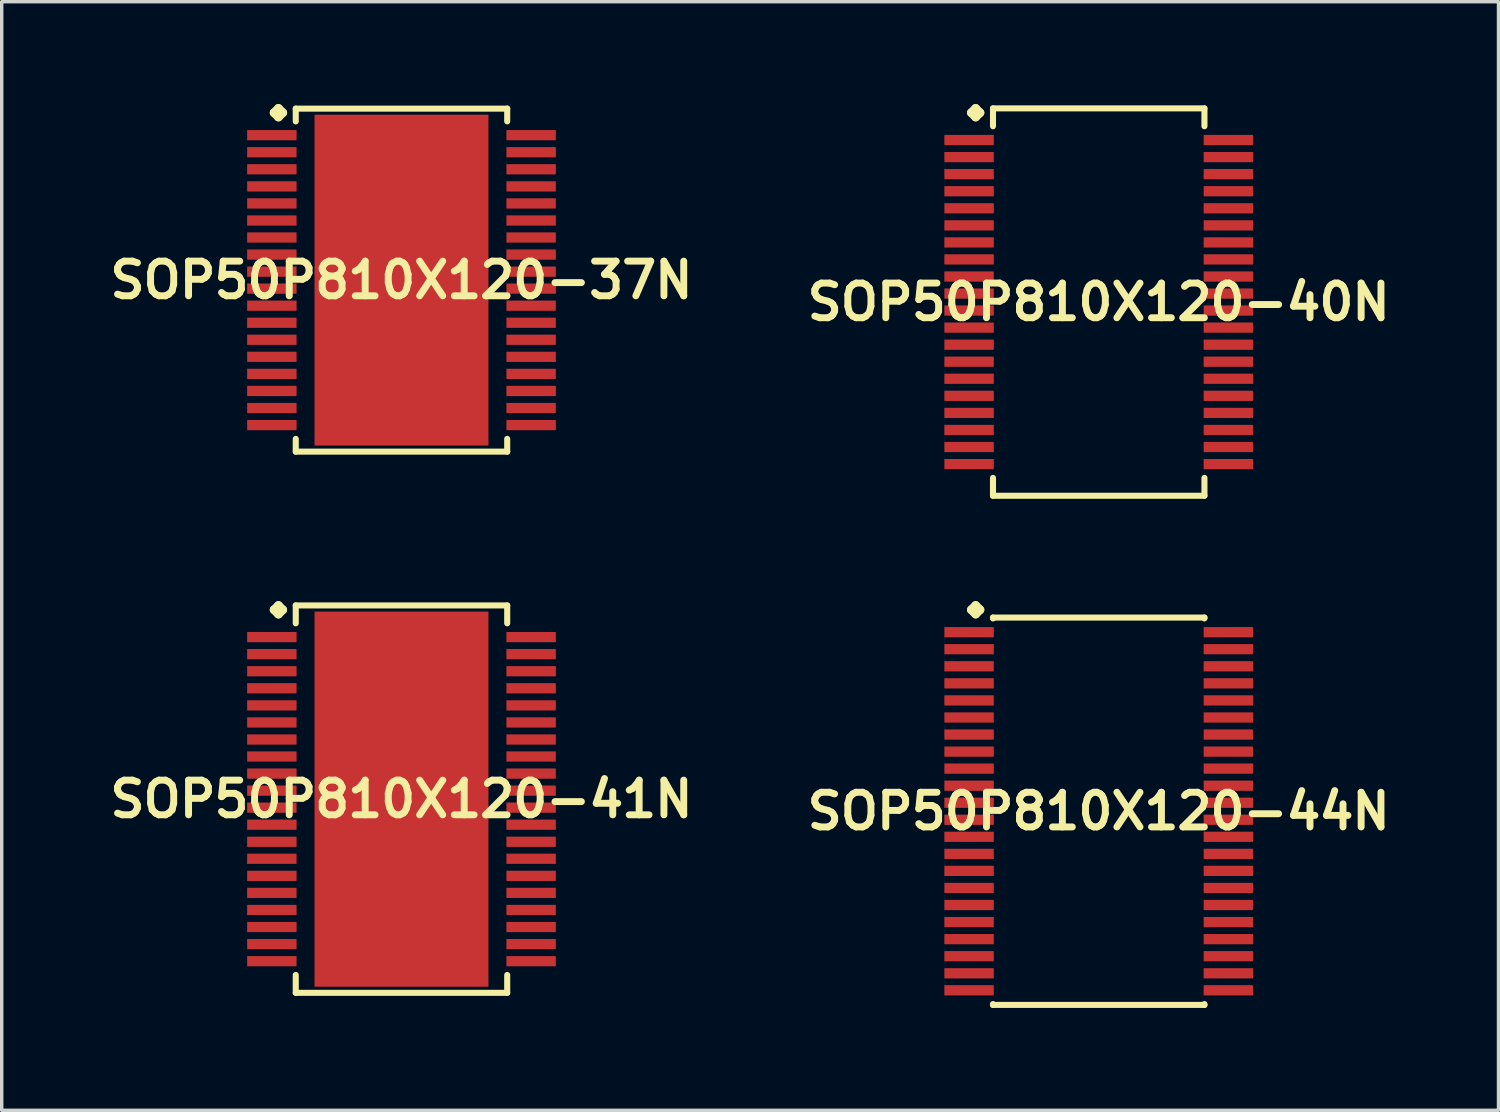
<source format=kicad_pcb>
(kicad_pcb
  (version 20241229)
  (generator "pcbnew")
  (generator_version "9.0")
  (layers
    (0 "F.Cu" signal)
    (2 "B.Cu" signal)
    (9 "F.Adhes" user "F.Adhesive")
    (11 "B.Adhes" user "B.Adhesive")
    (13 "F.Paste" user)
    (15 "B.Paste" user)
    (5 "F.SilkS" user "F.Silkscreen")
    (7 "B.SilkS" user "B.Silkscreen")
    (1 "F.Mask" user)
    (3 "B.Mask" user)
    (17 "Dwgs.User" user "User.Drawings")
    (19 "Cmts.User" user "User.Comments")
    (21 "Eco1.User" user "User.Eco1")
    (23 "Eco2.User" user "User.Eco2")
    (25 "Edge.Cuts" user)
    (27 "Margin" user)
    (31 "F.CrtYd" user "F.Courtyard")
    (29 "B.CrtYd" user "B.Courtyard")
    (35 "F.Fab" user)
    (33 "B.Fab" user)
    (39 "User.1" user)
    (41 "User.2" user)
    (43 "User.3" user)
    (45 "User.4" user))
  (footprint "SOP50P810X120-41N"
    (layer "F.Cu")
    (at 8.718 20.374)
    (property "Reference" "SOP50P810X120-41N" (at 0 0 0) (layer "F.SilkS") (effects (font (size 1.016 1.016) (thickness 0.203))))
    (attr smd)
    (fp_line (start -3.734 -5.55) (end -3.607 -5.677) (stroke (width 0.254) (type solid)) (layer "F.SilkS"))
    (fp_line (start -3.607 -5.677) (end -3.48 -5.55) (stroke (width 0.254) (type solid)) (layer "F.SilkS"))
    (fp_line (start -3.607 -5.423) (end -3.734 -5.55) (stroke (width 0.254) (type solid)) (layer "F.SilkS"))
    (fp_line (start -3.48 -5.55) (end -3.607 -5.423) (stroke (width 0.254) (type solid)) (layer "F.SilkS"))
    (fp_line (start -3.099 -5.677) (end 3.099 -5.677) (stroke (width 0.178) (type solid)) (layer "F.SilkS"))
    (fp_line (start -3.099 -5.154) (end -3.099 -5.677) (stroke (width 0.178) (type solid)) (layer "F.SilkS"))
    (fp_line (start -3.099 5.154) (end -3.099 5.677) (stroke (width 0.178) (type solid)) (layer "F.SilkS"))
    (fp_line (start -3.099 5.677) (end 3.099 5.677) (stroke (width 0.178) (type solid)) (layer "F.SilkS"))
    (fp_line (start 3.099 -5.677) (end 3.099 -5.154) (stroke (width 0.178) (type solid)) (layer "F.SilkS"))
    (fp_line (start 3.099 5.677) (end 3.099 5.154) (stroke (width 0.178) (type solid)) (layer "F.SilkS"))
    (pad "1" smd rect (at -3.8 -4.75) (size 1.448 0.3) (layers "F.Cu" "F.Mask" "F.Paste"))
    (pad "2" smd rect (at -3.8 -4.249) (size 1.448 0.3) (layers "F.Cu" "F.Mask" "F.Paste"))
    (pad "3" smd rect (at -3.8 -3.749) (size 1.448 0.3) (layers "F.Cu" "F.Mask" "F.Paste"))
    (pad "4" smd rect (at -3.8 -3.249) (size 1.448 0.3) (layers "F.Cu" "F.Mask" "F.Paste"))
    (pad "5" smd rect (at -3.8 -2.748) (size 1.448 0.3) (layers "F.Cu" "F.Mask" "F.Paste"))
    (pad "6" smd rect (at -3.8 -2.248) (size 1.448 0.3) (layers "F.Cu" "F.Mask" "F.Paste"))
    (pad "7" smd rect (at -3.8 -1.748) (size 1.448 0.3) (layers "F.Cu" "F.Mask" "F.Paste"))
    (pad "8" smd rect (at -3.8 -1.25) (size 1.448 0.3) (layers "F.Cu" "F.Mask" "F.Paste"))
    (pad "9" smd rect (at -3.8 -0.749) (size 1.448 0.3) (layers "F.Cu" "F.Mask" "F.Paste"))
    (pad "10" smd rect (at -3.8 -0.249) (size 1.448 0.3) (layers "F.Cu" "F.Mask" "F.Paste"))
    (pad "11" smd rect (at -3.8 0.249) (size 1.448 0.3) (layers "F.Cu" "F.Mask" "F.Paste"))
    (pad "12" smd rect (at -3.8 0.749) (size 1.448 0.3) (layers "F.Cu" "F.Mask" "F.Paste"))
    (pad "13" smd rect (at -3.8 1.25) (size 1.448 0.3) (layers "F.Cu" "F.Mask" "F.Paste"))
    (pad "14" smd rect (at -3.8 1.748) (size 1.448 0.3) (layers "F.Cu" "F.Mask" "F.Paste"))
    (pad "15" smd rect (at -3.8 2.248) (size 1.448 0.3) (layers "F.Cu" "F.Mask" "F.Paste"))
    (pad "16" smd rect (at -3.8 2.748) (size 1.448 0.3) (layers "F.Cu" "F.Mask" "F.Paste"))
    (pad "17" smd rect (at -3.8 3.249) (size 1.448 0.3) (layers "F.Cu" "F.Mask" "F.Paste"))
    (pad "18" smd rect (at -3.8 3.749) (size 1.448 0.3) (layers "F.Cu" "F.Mask" "F.Paste"))
    (pad "19" smd rect (at -3.8 4.249) (size 1.448 0.3) (layers "F.Cu" "F.Mask" "F.Paste"))
    (pad "20" smd rect (at -3.8 4.75) (size 1.448 0.3) (layers "F.Cu" "F.Mask" "F.Paste"))
    (pad "21" smd rect (at 3.8 4.75) (size 1.448 0.3) (layers "F.Cu" "F.Mask" "F.Paste"))
    (pad "22" smd rect (at 3.8 4.249) (size 1.448 0.3) (layers "F.Cu" "F.Mask" "F.Paste"))
    (pad "23" smd rect (at 3.8 3.749) (size 1.448 0.3) (layers "F.Cu" "F.Mask" "F.Paste"))
    (pad "24" smd rect (at 3.8 3.249) (size 1.448 0.3) (layers "F.Cu" "F.Mask" "F.Paste"))
    (pad "25" smd rect (at 3.8 2.748) (size 1.448 0.3) (layers "F.Cu" "F.Mask" "F.Paste"))
    (pad "26" smd rect (at 3.8 2.248) (size 1.448 0.3) (layers "F.Cu" "F.Mask" "F.Paste"))
    (pad "27" smd rect (at 3.8 1.748) (size 1.448 0.3) (layers "F.Cu" "F.Mask" "F.Paste"))
    (pad "28" smd rect (at 3.8 1.25) (size 1.448 0.3) (layers "F.Cu" "F.Mask" "F.Paste"))
    (pad "29" smd rect (at 3.8 0.749) (size 1.448 0.3) (layers "F.Cu" "F.Mask" "F.Paste"))
    (pad "30" smd rect (at 3.8 0.249) (size 1.448 0.3) (layers "F.Cu" "F.Mask" "F.Paste"))
    (pad "31" smd rect (at 3.8 -0.249) (size 1.448 0.3) (layers "F.Cu" "F.Mask" "F.Paste"))
    (pad "32" smd rect (at 3.8 -0.749) (size 1.448 0.3) (layers "F.Cu" "F.Mask" "F.Paste"))
    (pad "33" smd rect (at 3.8 -1.25) (size 1.448 0.3) (layers "F.Cu" "F.Mask" "F.Paste"))
    (pad "34" smd rect (at 3.8 -1.748) (size 1.448 0.3) (layers "F.Cu" "F.Mask" "F.Paste"))
    (pad "35" smd rect (at 3.8 -2.248) (size 1.448 0.3) (layers "F.Cu" "F.Mask" "F.Paste"))
    (pad "36" smd rect (at 3.8 -2.748) (size 1.448 0.3) (layers "F.Cu" "F.Mask" "F.Paste"))
    (pad "37" smd rect (at 3.8 -3.249) (size 1.448 0.3) (layers "F.Cu" "F.Mask" "F.Paste"))
    (pad "38" smd rect (at 3.8 -3.749) (size 1.448 0.3) (layers "F.Cu" "F.Mask" "F.Paste"))
    (pad "39" smd rect (at 3.8 -4.249) (size 1.448 0.3) (layers "F.Cu" "F.Mask" "F.Paste"))
    (pad "40" smd rect (at 3.8 -4.75) (size 1.448 0.3) (layers "F.Cu" "F.Mask" "F.Paste"))
    (pad "41" smd rect (at 0 0) (size 5.098 10.998) (layers "F.Cu" "F.Mask" "F.Paste")))
  (footprint "SOP50P810X120-40N"
    (layer "F.Cu")
    (at 29.155 5.804)
    (property "Reference" "SOP50P810X120-40N" (at 0 0 0) (layer "F.SilkS") (effects (font (size 1.016 1.016) (thickness 0.203))))
    (attr smd)
    (fp_line (start -3.734 -5.55) (end -3.607 -5.677) (stroke (width 0.254) (type solid)) (layer "F.SilkS"))
    (fp_line (start -3.607 -5.677) (end -3.48 -5.55) (stroke (width 0.254) (type solid)) (layer "F.SilkS"))
    (fp_line (start -3.607 -5.423) (end -3.734 -5.55) (stroke (width 0.254) (type solid)) (layer "F.SilkS"))
    (fp_line (start -3.48 -5.55) (end -3.607 -5.423) (stroke (width 0.254) (type solid)) (layer "F.SilkS"))
    (fp_line (start -3.099 -5.677) (end 3.099 -5.677) (stroke (width 0.178) (type solid)) (layer "F.SilkS"))
    (fp_line (start -3.099 -5.154) (end -3.099 -5.677) (stroke (width 0.178) (type solid)) (layer "F.SilkS"))
    (fp_line (start -3.099 5.154) (end -3.099 5.677) (stroke (width 0.178) (type solid)) (layer "F.SilkS"))
    (fp_line (start -3.099 5.677) (end 3.099 5.677) (stroke (width 0.178) (type solid)) (layer "F.SilkS"))
    (fp_line (start 3.099 -5.677) (end 3.099 -5.154) (stroke (width 0.178) (type solid)) (layer "F.SilkS"))
    (fp_line (start 3.099 5.677) (end 3.099 5.154) (stroke (width 0.178) (type solid)) (layer "F.SilkS"))
    (pad "1" smd rect (at -3.8 -4.75) (size 1.448 0.3) (layers "F.Cu" "F.Mask" "F.Paste"))
    (pad "2" smd rect (at -3.8 -4.249) (size 1.448 0.3) (layers "F.Cu" "F.Mask" "F.Paste"))
    (pad "3" smd rect (at -3.8 -3.749) (size 1.448 0.3) (layers "F.Cu" "F.Mask" "F.Paste"))
    (pad "4" smd rect (at -3.8 -3.249) (size 1.448 0.3) (layers "F.Cu" "F.Mask" "F.Paste"))
    (pad "5" smd rect (at -3.8 -2.748) (size 1.448 0.3) (layers "F.Cu" "F.Mask" "F.Paste"))
    (pad "6" smd rect (at -3.8 -2.248) (size 1.448 0.3) (layers "F.Cu" "F.Mask" "F.Paste"))
    (pad "7" smd rect (at -3.8 -1.748) (size 1.448 0.3) (layers "F.Cu" "F.Mask" "F.Paste"))
    (pad "8" smd rect (at -3.8 -1.25) (size 1.448 0.3) (layers "F.Cu" "F.Mask" "F.Paste"))
    (pad "9" smd rect (at -3.8 -0.749) (size 1.448 0.3) (layers "F.Cu" "F.Mask" "F.Paste"))
    (pad "10" smd rect (at -3.8 -0.249) (size 1.448 0.3) (layers "F.Cu" "F.Mask" "F.Paste"))
    (pad "11" smd rect (at -3.8 0.249) (size 1.448 0.3) (layers "F.Cu" "F.Mask" "F.Paste"))
    (pad "12" smd rect (at -3.8 0.749) (size 1.448 0.3) (layers "F.Cu" "F.Mask" "F.Paste"))
    (pad "13" smd rect (at -3.8 1.25) (size 1.448 0.3) (layers "F.Cu" "F.Mask" "F.Paste"))
    (pad "14" smd rect (at -3.8 1.748) (size 1.448 0.3) (layers "F.Cu" "F.Mask" "F.Paste"))
    (pad "15" smd rect (at -3.8 2.248) (size 1.448 0.3) (layers "F.Cu" "F.Mask" "F.Paste"))
    (pad "16" smd rect (at -3.8 2.748) (size 1.448 0.3) (layers "F.Cu" "F.Mask" "F.Paste"))
    (pad "17" smd rect (at -3.8 3.249) (size 1.448 0.3) (layers "F.Cu" "F.Mask" "F.Paste"))
    (pad "18" smd rect (at -3.8 3.749) (size 1.448 0.3) (layers "F.Cu" "F.Mask" "F.Paste"))
    (pad "19" smd rect (at -3.8 4.249) (size 1.448 0.3) (layers "F.Cu" "F.Mask" "F.Paste"))
    (pad "20" smd rect (at -3.8 4.75) (size 1.448 0.3) (layers "F.Cu" "F.Mask" "F.Paste"))
    (pad "21" smd rect (at 3.8 4.75) (size 1.448 0.3) (layers "F.Cu" "F.Mask" "F.Paste"))
    (pad "22" smd rect (at 3.8 4.249) (size 1.448 0.3) (layers "F.Cu" "F.Mask" "F.Paste"))
    (pad "23" smd rect (at 3.8 3.749) (size 1.448 0.3) (layers "F.Cu" "F.Mask" "F.Paste"))
    (pad "24" smd rect (at 3.8 3.249) (size 1.448 0.3) (layers "F.Cu" "F.Mask" "F.Paste"))
    (pad "25" smd rect (at 3.8 2.748) (size 1.448 0.3) (layers "F.Cu" "F.Mask" "F.Paste"))
    (pad "26" smd rect (at 3.8 2.248) (size 1.448 0.3) (layers "F.Cu" "F.Mask" "F.Paste"))
    (pad "27" smd rect (at 3.8 1.748) (size 1.448 0.3) (layers "F.Cu" "F.Mask" "F.Paste"))
    (pad "28" smd rect (at 3.8 1.25) (size 1.448 0.3) (layers "F.Cu" "F.Mask" "F.Paste"))
    (pad "29" smd rect (at 3.8 0.749) (size 1.448 0.3) (layers "F.Cu" "F.Mask" "F.Paste"))
    (pad "30" smd rect (at 3.8 0.249) (size 1.448 0.3) (layers "F.Cu" "F.Mask" "F.Paste"))
    (pad "31" smd rect (at 3.8 -0.249) (size 1.448 0.3) (layers "F.Cu" "F.Mask" "F.Paste"))
    (pad "32" smd rect (at 3.8 -0.749) (size 1.448 0.3) (layers "F.Cu" "F.Mask" "F.Paste"))
    (pad "33" smd rect (at 3.8 -1.25) (size 1.448 0.3) (layers "F.Cu" "F.Mask" "F.Paste"))
    (pad "34" smd rect (at 3.8 -1.748) (size 1.448 0.3) (layers "F.Cu" "F.Mask" "F.Paste"))
    (pad "35" smd rect (at 3.8 -2.248) (size 1.448 0.3) (layers "F.Cu" "F.Mask" "F.Paste"))
    (pad "36" smd rect (at 3.8 -2.748) (size 1.448 0.3) (layers "F.Cu" "F.Mask" "F.Paste"))
    (pad "37" smd rect (at 3.8 -3.249) (size 1.448 0.3) (layers "F.Cu" "F.Mask" "F.Paste"))
    (pad "38" smd rect (at 3.8 -3.749) (size 1.448 0.3) (layers "F.Cu" "F.Mask" "F.Paste"))
    (pad "39" smd rect (at 3.8 -4.249) (size 1.448 0.3) (layers "F.Cu" "F.Mask" "F.Paste"))
    (pad "40" smd rect (at 3.8 -4.75) (size 1.448 0.3) (layers "F.Cu" "F.Mask" "F.Paste")))
  (footprint "SOP50P810X120-37N"
    (layer "F.Cu")
    (at 8.718 5.161)
    (property "Reference" "SOP50P810X120-37N" (at 0 0 0) (layer "F.SilkS") (effects (font (size 1.016 1.016) (thickness 0.203))))
    (attr smd)
    (fp_line (start -3.734 -4.907) (end -3.607 -5.034) (stroke (width 0.254) (type solid)) (layer "F.SilkS"))
    (fp_line (start -3.607 -5.034) (end -3.48 -4.907) (stroke (width 0.254) (type solid)) (layer "F.SilkS"))
    (fp_line (start -3.607 -4.78) (end -3.734 -4.907) (stroke (width 0.254) (type solid)) (layer "F.SilkS"))
    (fp_line (start -3.48 -4.907) (end -3.607 -4.78) (stroke (width 0.254) (type solid)) (layer "F.SilkS"))
    (fp_line (start -3.099 -5.027) (end 3.099 -5.027) (stroke (width 0.178) (type solid)) (layer "F.SilkS"))
    (fp_line (start -3.099 -4.653) (end -3.099 -5.027) (stroke (width 0.178) (type solid)) (layer "F.SilkS"))
    (fp_line (start -3.099 4.653) (end -3.099 5.027) (stroke (width 0.178) (type solid)) (layer "F.SilkS"))
    (fp_line (start -3.099 5.027) (end 3.099 5.027) (stroke (width 0.178) (type solid)) (layer "F.SilkS"))
    (fp_line (start 3.099 -5.027) (end 3.099 -4.653) (stroke (width 0.178) (type solid)) (layer "F.SilkS"))
    (fp_line (start 3.099 5.027) (end 3.099 4.653) (stroke (width 0.178) (type solid)) (layer "F.SilkS"))
    (pad "1" smd rect (at -3.8 -4.249) (size 1.448 0.3) (layers "F.Cu" "F.Mask" "F.Paste"))
    (pad "2" smd rect (at -3.8 -3.749) (size 1.448 0.3) (layers "F.Cu" "F.Mask" "F.Paste"))
    (pad "3" smd rect (at -3.8 -3.249) (size 1.448 0.3) (layers "F.Cu" "F.Mask" "F.Paste"))
    (pad "4" smd rect (at -3.8 -2.748) (size 1.448 0.3) (layers "F.Cu" "F.Mask" "F.Paste"))
    (pad "5" smd rect (at -3.8 -2.248) (size 1.448 0.3) (layers "F.Cu" "F.Mask" "F.Paste"))
    (pad "6" smd rect (at -3.8 -1.748) (size 1.448 0.3) (layers "F.Cu" "F.Mask" "F.Paste"))
    (pad "7" smd rect (at -3.8 -1.25) (size 1.448 0.3) (layers "F.Cu" "F.Mask" "F.Paste"))
    (pad "8" smd rect (at -3.8 -0.749) (size 1.448 0.3) (layers "F.Cu" "F.Mask" "F.Paste"))
    (pad "9" smd rect (at -3.8 -0.249) (size 1.448 0.3) (layers "F.Cu" "F.Mask" "F.Paste"))
    (pad "10" smd rect (at -3.8 0.249) (size 1.448 0.3) (layers "F.Cu" "F.Mask" "F.Paste"))
    (pad "11" smd rect (at -3.8 0.749) (size 1.448 0.3) (layers "F.Cu" "F.Mask" "F.Paste"))
    (pad "12" smd rect (at -3.8 1.25) (size 1.448 0.3) (layers "F.Cu" "F.Mask" "F.Paste"))
    (pad "13" smd rect (at -3.8 1.748) (size 1.448 0.3) (layers "F.Cu" "F.Mask" "F.Paste"))
    (pad "14" smd rect (at -3.8 2.248) (size 1.448 0.3) (layers "F.Cu" "F.Mask" "F.Paste"))
    (pad "15" smd rect (at -3.8 2.748) (size 1.448 0.3) (layers "F.Cu" "F.Mask" "F.Paste"))
    (pad "16" smd rect (at -3.8 3.249) (size 1.448 0.3) (layers "F.Cu" "F.Mask" "F.Paste"))
    (pad "17" smd rect (at -3.8 3.749) (size 1.448 0.3) (layers "F.Cu" "F.Mask" "F.Paste"))
    (pad "18" smd rect (at -3.8 4.249) (size 1.448 0.3) (layers "F.Cu" "F.Mask" "F.Paste"))
    (pad "19" smd rect (at 3.8 4.249) (size 1.448 0.3) (layers "F.Cu" "F.Mask" "F.Paste"))
    (pad "20" smd rect (at 3.8 3.749) (size 1.448 0.3) (layers "F.Cu" "F.Mask" "F.Paste"))
    (pad "21" smd rect (at 3.8 3.249) (size 1.448 0.3) (layers "F.Cu" "F.Mask" "F.Paste"))
    (pad "22" smd rect (at 3.8 2.748) (size 1.448 0.3) (layers "F.Cu" "F.Mask" "F.Paste"))
    (pad "23" smd rect (at 3.8 2.248) (size 1.448 0.3) (layers "F.Cu" "F.Mask" "F.Paste"))
    (pad "24" smd rect (at 3.8 1.748) (size 1.448 0.3) (layers "F.Cu" "F.Mask" "F.Paste"))
    (pad "25" smd rect (at 3.8 1.25) (size 1.448 0.3) (layers "F.Cu" "F.Mask" "F.Paste"))
    (pad "26" smd rect (at 3.8 0.749) (size 1.448 0.3) (layers "F.Cu" "F.Mask" "F.Paste"))
    (pad "27" smd rect (at 3.8 0.249) (size 1.448 0.3) (layers "F.Cu" "F.Mask" "F.Paste"))
    (pad "28" smd rect (at 3.8 -0.249) (size 1.448 0.3) (layers "F.Cu" "F.Mask" "F.Paste"))
    (pad "29" smd rect (at 3.8 -0.749) (size 1.448 0.3) (layers "F.Cu" "F.Mask" "F.Paste"))
    (pad "30" smd rect (at 3.8 -1.25) (size 1.448 0.3) (layers "F.Cu" "F.Mask" "F.Paste"))
    (pad "31" smd rect (at 3.8 -1.748) (size 1.448 0.3) (layers "F.Cu" "F.Mask" "F.Paste"))
    (pad "32" smd rect (at 3.8 -2.248) (size 1.448 0.3) (layers "F.Cu" "F.Mask" "F.Paste"))
    (pad "33" smd rect (at 3.8 -2.748) (size 1.448 0.3) (layers "F.Cu" "F.Mask" "F.Paste"))
    (pad "34" smd rect (at 3.8 -3.249) (size 1.448 0.3) (layers "F.Cu" "F.Mask" "F.Paste"))
    (pad "35" smd rect (at 3.8 -3.749) (size 1.448 0.3) (layers "F.Cu" "F.Mask" "F.Paste"))
    (pad "36" smd rect (at 3.8 -4.249) (size 1.448 0.3) (layers "F.Cu" "F.Mask" "F.Paste"))
    (pad "37" smd rect (at 0 0) (size 5.098 9.698) (layers "F.Cu" "F.Mask" "F.Paste")))
  (footprint "SOP50P810X120-44N"
    (layer "F.Cu")
    (at 29.155 20.729)
    (property "Reference" "SOP50P810X120-44N" (at 0 0 0) (layer "F.SilkS") (effects (font (size 1.016 1.016) (thickness 0.203))))
    (attr smd)
    (fp_line (start -3.734 -5.905) (end -3.607 -6.032) (stroke (width 0.254) (type solid)) (layer "F.SilkS"))
    (fp_line (start -3.607 -6.032) (end -3.48 -5.905) (stroke (width 0.254) (type solid)) (layer "F.SilkS"))
    (fp_line (start -3.607 -5.779) (end -3.734 -5.905) (stroke (width 0.254) (type solid)) (layer "F.SilkS"))
    (fp_line (start -3.48 -5.905) (end -3.607 -5.779) (stroke (width 0.254) (type solid)) (layer "F.SilkS"))
    (fp_line (start -3.099 -5.677) (end 3.099 -5.677) (stroke (width 0.178) (type solid)) (layer "F.SilkS"))
    (fp_line (start -3.099 -5.652) (end -3.099 -5.677) (stroke (width 0.178) (type solid)) (layer "F.SilkS"))
    (fp_line (start -3.099 5.652) (end -3.099 5.677) (stroke (width 0.178) (type solid)) (layer "F.SilkS"))
    (fp_line (start -3.099 5.677) (end 3.099 5.677) (stroke (width 0.178) (type solid)) (layer "F.SilkS"))
    (fp_line (start 3.099 -5.677) (end 3.099 -5.652) (stroke (width 0.178) (type solid)) (layer "F.SilkS"))
    (fp_line (start 3.099 5.677) (end 3.099 5.652) (stroke (width 0.178) (type solid)) (layer "F.SilkS"))
    (pad "1" smd rect (at -3.8 -5.248) (size 1.448 0.3) (layers "F.Cu" "F.Mask" "F.Paste"))
    (pad "2" smd rect (at -3.8 -4.75) (size 1.448 0.3) (layers "F.Cu" "F.Mask" "F.Paste"))
    (pad "3" smd rect (at -3.8 -4.249) (size 1.448 0.3) (layers "F.Cu" "F.Mask" "F.Paste"))
    (pad "4" smd rect (at -3.8 -3.749) (size 1.448 0.3) (layers "F.Cu" "F.Mask" "F.Paste"))
    (pad "5" smd rect (at -3.8 -3.249) (size 1.448 0.3) (layers "F.Cu" "F.Mask" "F.Paste"))
    (pad "6" smd rect (at -3.8 -2.748) (size 1.448 0.3) (layers "F.Cu" "F.Mask" "F.Paste"))
    (pad "7" smd rect (at -3.8 -2.248) (size 1.448 0.3) (layers "F.Cu" "F.Mask" "F.Paste"))
    (pad "8" smd rect (at -3.8 -1.748) (size 1.448 0.3) (layers "F.Cu" "F.Mask" "F.Paste"))
    (pad "9" smd rect (at -3.8 -1.25) (size 1.448 0.3) (layers "F.Cu" "F.Mask" "F.Paste"))
    (pad "10" smd rect (at -3.8 -0.749) (size 1.448 0.3) (layers "F.Cu" "F.Mask" "F.Paste"))
    (pad "11" smd rect (at -3.8 -0.249) (size 1.448 0.3) (layers "F.Cu" "F.Mask" "F.Paste"))
    (pad "12" smd rect (at -3.8 0.249) (size 1.448 0.3) (layers "F.Cu" "F.Mask" "F.Paste"))
    (pad "13" smd rect (at -3.8 0.749) (size 1.448 0.3) (layers "F.Cu" "F.Mask" "F.Paste"))
    (pad "14" smd rect (at -3.8 1.25) (size 1.448 0.3) (layers "F.Cu" "F.Mask" "F.Paste"))
    (pad "15" smd rect (at -3.8 1.748) (size 1.448 0.3) (layers "F.Cu" "F.Mask" "F.Paste"))
    (pad "16" smd rect (at -3.8 2.248) (size 1.448 0.3) (layers "F.Cu" "F.Mask" "F.Paste"))
    (pad "17" smd rect (at -3.8 2.748) (size 1.448 0.3) (layers "F.Cu" "F.Mask" "F.Paste"))
    (pad "18" smd rect (at -3.8 3.249) (size 1.448 0.3) (layers "F.Cu" "F.Mask" "F.Paste"))
    (pad "19" smd rect (at -3.8 3.749) (size 1.448 0.3) (layers "F.Cu" "F.Mask" "F.Paste"))
    (pad "20" smd rect (at -3.8 4.249) (size 1.448 0.3) (layers "F.Cu" "F.Mask" "F.Paste"))
    (pad "21" smd rect (at -3.8 4.75) (size 1.448 0.3) (layers "F.Cu" "F.Mask" "F.Paste"))
    (pad "22" smd rect (at -3.8 5.248) (size 1.448 0.3) (layers "F.Cu" "F.Mask" "F.Paste"))
    (pad "23" smd rect (at 3.8 5.248) (size 1.448 0.3) (layers "F.Cu" "F.Mask" "F.Paste"))
    (pad "24" smd rect (at 3.8 4.75) (size 1.448 0.3) (layers "F.Cu" "F.Mask" "F.Paste"))
    (pad "25" smd rect (at 3.8 4.249) (size 1.448 0.3) (layers "F.Cu" "F.Mask" "F.Paste"))
    (pad "26" smd rect (at 3.8 3.749) (size 1.448 0.3) (layers "F.Cu" "F.Mask" "F.Paste"))
    (pad "27" smd rect (at 3.8 3.249) (size 1.448 0.3) (layers "F.Cu" "F.Mask" "F.Paste"))
    (pad "28" smd rect (at 3.8 2.748) (size 1.448 0.3) (layers "F.Cu" "F.Mask" "F.Paste"))
    (pad "29" smd rect (at 3.8 2.248) (size 1.448 0.3) (layers "F.Cu" "F.Mask" "F.Paste"))
    (pad "30" smd rect (at 3.8 1.748) (size 1.448 0.3) (layers "F.Cu" "F.Mask" "F.Paste"))
    (pad "31" smd rect (at 3.8 1.25) (size 1.448 0.3) (layers "F.Cu" "F.Mask" "F.Paste"))
    (pad "32" smd rect (at 3.8 0.749) (size 1.448 0.3) (layers "F.Cu" "F.Mask" "F.Paste"))
    (pad "33" smd rect (at 3.8 0.249) (size 1.448 0.3) (layers "F.Cu" "F.Mask" "F.Paste"))
    (pad "34" smd rect (at 3.8 -0.249) (size 1.448 0.3) (layers "F.Cu" "F.Mask" "F.Paste"))
    (pad "35" smd rect (at 3.8 -0.749) (size 1.448 0.3) (layers "F.Cu" "F.Mask" "F.Paste"))
    (pad "36" smd rect (at 3.8 -1.25) (size 1.448 0.3) (layers "F.Cu" "F.Mask" "F.Paste"))
    (pad "37" smd rect (at 3.8 -1.748) (size 1.448 0.3) (layers "F.Cu" "F.Mask" "F.Paste"))
    (pad "38" smd rect (at 3.8 -2.248) (size 1.448 0.3) (layers "F.Cu" "F.Mask" "F.Paste"))
    (pad "39" smd rect (at 3.8 -2.748) (size 1.448 0.3) (layers "F.Cu" "F.Mask" "F.Paste"))
    (pad "40" smd rect (at 3.8 -3.249) (size 1.448 0.3) (layers "F.Cu" "F.Mask" "F.Paste"))
    (pad "41" smd rect (at 3.8 -3.749) (size 1.448 0.3) (layers "F.Cu" "F.Mask" "F.Paste"))
    (pad "42" smd rect (at 3.8 -4.249) (size 1.448 0.3) (layers "F.Cu" "F.Mask" "F.Paste"))
    (pad "43" smd rect (at 3.8 -4.75) (size 1.448 0.3) (layers "F.Cu" "F.Mask" "F.Paste"))
    (pad "44" smd rect (at 3.8 -5.248) (size 1.448 0.3) (layers "F.Cu" "F.Mask" "F.Paste")))
  (gr_rect
    (start -3 -3)
    (end 40.873 29.495)
    (stroke (width 0.1) (type default))
    (fill no)
    (layer "Edge.Cuts")))
</source>
